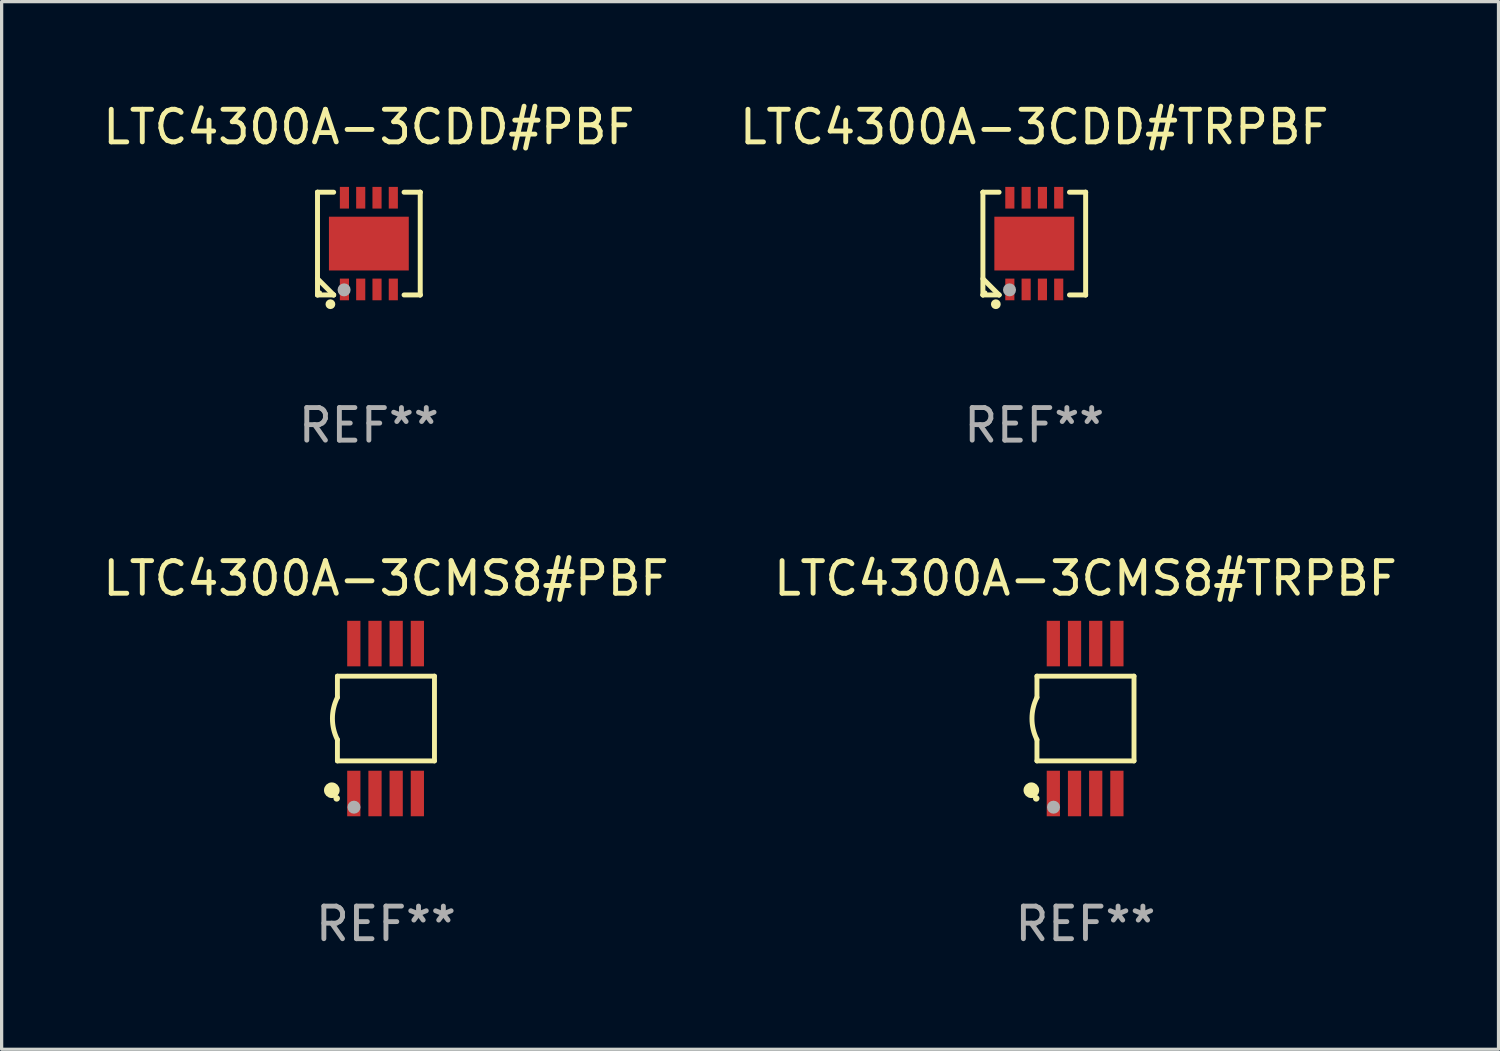
<source format=kicad_pcb>
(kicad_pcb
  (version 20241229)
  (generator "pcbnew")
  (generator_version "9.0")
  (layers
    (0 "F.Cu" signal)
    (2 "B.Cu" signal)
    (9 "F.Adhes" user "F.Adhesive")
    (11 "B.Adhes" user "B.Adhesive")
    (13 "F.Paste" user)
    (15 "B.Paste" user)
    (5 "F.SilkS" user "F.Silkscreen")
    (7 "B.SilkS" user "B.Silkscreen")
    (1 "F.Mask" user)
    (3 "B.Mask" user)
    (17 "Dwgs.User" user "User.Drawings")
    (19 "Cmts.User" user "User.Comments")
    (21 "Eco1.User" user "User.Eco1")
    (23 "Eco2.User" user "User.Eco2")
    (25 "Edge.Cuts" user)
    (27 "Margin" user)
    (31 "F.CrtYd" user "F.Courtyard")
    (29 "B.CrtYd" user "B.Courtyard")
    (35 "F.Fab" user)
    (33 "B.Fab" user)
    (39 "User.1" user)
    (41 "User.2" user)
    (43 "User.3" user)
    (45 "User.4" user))
  (footprint "LTC4300A-3CMS8#TRPBF"
    (layer "F.Cu")
    (at 30.256 18.997)
    (property "Reference" "LTC4300A-3CMS8#TRPBF" (at 0 -4.3 0) (layer "F.SilkS") (effects (font (size 1 1) (thickness 0.15))))
    (attr through_hole)
    (fp_line (start -1.489 -1.3) (end -1.489 -0.648) (stroke (width 0.15) (type solid)) (layer "F.SilkS"))
    (fp_line (start -1.489 0.648) (end -1.489 1.3) (stroke (width 0.15) (type solid)) (layer "F.SilkS"))
    (fp_line (start -1.489 1.3) (end 1.489 1.3) (stroke (width 0.15) (type solid)) (layer "F.SilkS"))
    (fp_line (start 1.489 -1.3) (end -1.489 -1.3) (stroke (width 0.15) (type solid)) (layer "F.SilkS"))
    (fp_line (start 1.489 1.3) (end 1.489 -1.3) (stroke (width 0.15) (type solid)) (layer "F.SilkS"))
    (fp_arc (start -1.489205 0.647702) (mid -1.642107 0) (end -1.489205 -0.647701) (stroke (width 0.150013) (type solid)) (layer "F.SilkS"))
    (fp_circle (center -1.661 2.2) (end -1.541 2.2) (stroke (width 0.24) (type solid)) (fill no) (layer "F.SilkS"))
    (fp_circle (center -1.511 2.45) (end -1.461 2.45) (stroke (width 0.1) (type solid)) (fill no) (layer "F.SilkS"))
    (fp_circle (center -0.981 2.72) (end -0.881 2.72) (stroke (width 0.2) (type solid)) (fill no) (layer "F.Fab"))
    (fp_text user "REF**" (at 0 6.3 0) (layer "F.Fab") (effects (font (size 1 1) (thickness 0.15))))
    (pad "1" smd rect (at -0.986 2.3) (size 0.406 1.397) (layers "F.Cu" "F.Mask" "F.Paste"))
    (pad "2" smd rect (at -0.336 2.3) (size 0.406 1.397) (layers "F.Cu" "F.Mask" "F.Paste"))
    (pad "3" smd rect (at 0.314 2.3) (size 0.406 1.397) (layers "F.Cu" "F.Mask" "F.Paste"))
    (pad "4" smd rect (at 0.964 2.3) (size 0.406 1.397) (layers "F.Cu" "F.Mask" "F.Paste"))
    (pad "5" smd rect (at 0.964 -2.3) (size 0.406 1.397) (layers "F.Cu" "F.Mask" "F.Paste"))
    (pad "6" smd rect (at 0.314 -2.3) (size 0.406 1.397) (layers "F.Cu" "F.Mask" "F.Paste"))
    (pad "7" smd rect (at -0.336 -2.3) (size 0.406 1.397) (layers "F.Cu" "F.Mask" "F.Paste"))
    (pad "8" smd rect (at -0.986 -2.3) (size 0.406 1.397) (layers "F.Cu" "F.Mask" "F.Paste")))
  (footprint "LTC4300A-3CMS8#PBF"
    (layer "F.Cu")
    (at 8.792 18.997)
    (property "Reference" "LTC4300A-3CMS8#PBF" (at 0 -4.3 0) (layer "F.SilkS") (effects (font (size 1 1) (thickness 0.15))))
    (attr through_hole)
    (fp_line (start -1.489 -1.3) (end -1.489 -0.648) (stroke (width 0.15) (type solid)) (layer "F.SilkS"))
    (fp_line (start -1.489 0.648) (end -1.489 1.3) (stroke (width 0.15) (type solid)) (layer "F.SilkS"))
    (fp_line (start -1.489 1.3) (end 1.489 1.3) (stroke (width 0.15) (type solid)) (layer "F.SilkS"))
    (fp_line (start 1.489 -1.3) (end -1.489 -1.3) (stroke (width 0.15) (type solid)) (layer "F.SilkS"))
    (fp_line (start 1.489 1.3) (end 1.489 -1.3) (stroke (width 0.15) (type solid)) (layer "F.SilkS"))
    (fp_arc (start -1.489205 0.647702) (mid -1.642107 0) (end -1.489205 -0.647701) (stroke (width 0.150013) (type solid)) (layer "F.SilkS"))
    (fp_circle (center -1.661 2.2) (end -1.541 2.2) (stroke (width 0.24) (type solid)) (fill no) (layer "F.SilkS"))
    (fp_circle (center -1.511 2.45) (end -1.461 2.45) (stroke (width 0.1) (type solid)) (fill no) (layer "F.SilkS"))
    (fp_circle (center -0.981 2.72) (end -0.881 2.72) (stroke (width 0.2) (type solid)) (fill no) (layer "F.Fab"))
    (fp_text user "REF**" (at 0 6.3 0) (layer "F.Fab") (effects (font (size 1 1) (thickness 0.15))))
    (pad "1" smd rect (at -0.986 2.3) (size 0.406 1.397) (layers "F.Cu" "F.Mask" "F.Paste"))
    (pad "2" smd rect (at -0.336 2.3) (size 0.406 1.397) (layers "F.Cu" "F.Mask" "F.Paste"))
    (pad "3" smd rect (at 0.314 2.3) (size 0.406 1.397) (layers "F.Cu" "F.Mask" "F.Paste"))
    (pad "4" smd rect (at 0.964 2.3) (size 0.406 1.397) (layers "F.Cu" "F.Mask" "F.Paste"))
    (pad "5" smd rect (at 0.964 -2.3) (size 0.406 1.397) (layers "F.Cu" "F.Mask" "F.Paste"))
    (pad "6" smd rect (at 0.314 -2.3) (size 0.406 1.397) (layers "F.Cu" "F.Mask" "F.Paste"))
    (pad "7" smd rect (at -0.336 -2.3) (size 0.406 1.397) (layers "F.Cu" "F.Mask" "F.Paste"))
    (pad "8" smd rect (at -0.986 -2.3) (size 0.406 1.397) (layers "F.Cu" "F.Mask" "F.Paste")))
  (footprint "LTC4300A-3CDD#PBF"
    (layer "F.Cu")
    (at 8.268 4.424)
    (property "Reference" "LTC4300A-3CDD#PBF" (at 0 -3.576 0) (layer "F.SilkS") (effects (font (size 1 1) (thickness 0.15))))
    (attr through_hole)
    (fp_line (start -1.576 -1.576) (end -1.576 -1.576) (stroke (width 0.152) (type solid)) (layer "F.SilkS"))
    (fp_line (start -1.576 -1.576) (end -1.08 -1.576) (stroke (width 0.152) (type solid)) (layer "F.SilkS"))
    (fp_line (start -1.576 1.576) (end -1.576 -1.576) (stroke (width 0.152) (type solid)) (layer "F.SilkS"))
    (fp_line (start -1.576 1.576) (end -1.576 1.576) (stroke (width 0.152) (type solid)) (layer "F.SilkS"))
    (fp_line (start -1.08 1.575) (end -1.576 1.079) (stroke (width 0.152) (type solid)) (layer "F.SilkS"))
    (fp_line (start -1.08 1.576) (end -1.576 1.576) (stroke (width 0.152) (type solid)) (layer "F.SilkS"))
    (fp_line (start -1.08 1.576) (end -1.08 1.575) (stroke (width 0.152) (type solid)) (layer "F.SilkS"))
    (fp_line (start 1.08 1.576) (end 1.576 1.576) (stroke (width 0.152) (type solid)) (layer "F.SilkS"))
    (fp_line (start 1.576 -1.576) (end 1.08 -1.576) (stroke (width 0.152) (type solid)) (layer "F.SilkS"))
    (fp_line (start 1.576 -1.576) (end 1.576 -1.576) (stroke (width 0.152) (type solid)) (layer "F.SilkS"))
    (fp_line (start 1.576 1.576) (end 1.576 -1.576) (stroke (width 0.152) (type solid)) (layer "F.SilkS"))
    (fp_line (start 1.576 1.576) (end 1.576 1.576) (stroke (width 0.152) (type solid)) (layer "F.SilkS"))
    (fp_circle (center -1.5 1.5) (end -1.47 1.5) (stroke (width 0.06) (type solid)) (fill no) (layer "F.SilkS"))
    (fp_circle (center -1.18 1.86) (end -1.105 1.86) (stroke (width 0.15) (type solid)) (fill no) (layer "F.SilkS"))
    (fp_circle (center -0.76 1.42) (end -0.66 1.42) (stroke (width 0.2) (type solid)) (fill no) (layer "F.Fab"))
    (fp_text user "REF**" (at 0 5.576 0) (layer "F.Fab") (effects (font (size 1 1) (thickness 0.15))))
    (pad "1" smd rect (at -0.75 1.407) (size 0.28 0.665) (layers "F.Cu" "F.Mask" "F.Paste"))
    (pad "2" smd rect (at -0.25 1.407) (size 0.28 0.665) (layers "F.Cu" "F.Mask" "F.Paste"))
    (pad "3" smd rect (at 0.25 1.407) (size 0.28 0.665) (layers "F.Cu" "F.Mask" "F.Paste"))
    (pad "4" smd rect (at 0.75 1.407) (size 0.28 0.665) (layers "F.Cu" "F.Mask" "F.Paste"))
    (pad "5" smd rect (at 0.75 -1.407) (size 0.28 0.665) (layers "F.Cu" "F.Mask" "F.Paste"))
    (pad "6" smd rect (at 0.25 -1.407) (size 0.28 0.665) (layers "F.Cu" "F.Mask" "F.Paste"))
    (pad "7" smd rect (at -0.25 -1.407) (size 0.28 0.665) (layers "F.Cu" "F.Mask" "F.Paste"))
    (pad "8" smd rect (at -0.75 -1.407) (size 0.28 0.665) (layers "F.Cu" "F.Mask" "F.Paste"))
    (pad "9" smd rect (at 0 0) (size 2.45 1.65) (layers "F.Cu" "F.Mask" "F.Paste")))
  (footprint "LTC4300A-3CDD#TRPBF"
    (layer "F.Cu")
    (at 28.685 4.424)
    (property "Reference" "LTC4300A-3CDD#TRPBF" (at 0 -3.576 0) (layer "F.SilkS") (effects (font (size 1 1) (thickness 0.15))))
    (attr through_hole)
    (fp_line (start -1.576 -1.576) (end -1.576 -1.576) (stroke (width 0.152) (type solid)) (layer "F.SilkS"))
    (fp_line (start -1.576 -1.576) (end -1.08 -1.576) (stroke (width 0.152) (type solid)) (layer "F.SilkS"))
    (fp_line (start -1.576 1.576) (end -1.576 -1.576) (stroke (width 0.152) (type solid)) (layer "F.SilkS"))
    (fp_line (start -1.576 1.576) (end -1.576 1.576) (stroke (width 0.152) (type solid)) (layer "F.SilkS"))
    (fp_line (start -1.08 1.575) (end -1.576 1.079) (stroke (width 0.152) (type solid)) (layer "F.SilkS"))
    (fp_line (start -1.08 1.576) (end -1.576 1.576) (stroke (width 0.152) (type solid)) (layer "F.SilkS"))
    (fp_line (start -1.08 1.576) (end -1.08 1.575) (stroke (width 0.152) (type solid)) (layer "F.SilkS"))
    (fp_line (start 1.08 1.576) (end 1.576 1.576) (stroke (width 0.152) (type solid)) (layer "F.SilkS"))
    (fp_line (start 1.576 -1.576) (end 1.08 -1.576) (stroke (width 0.152) (type solid)) (layer "F.SilkS"))
    (fp_line (start 1.576 -1.576) (end 1.576 -1.576) (stroke (width 0.152) (type solid)) (layer "F.SilkS"))
    (fp_line (start 1.576 1.576) (end 1.576 -1.576) (stroke (width 0.152) (type solid)) (layer "F.SilkS"))
    (fp_line (start 1.576 1.576) (end 1.576 1.576) (stroke (width 0.152) (type solid)) (layer "F.SilkS"))
    (fp_circle (center -1.5 1.5) (end -1.47 1.5) (stroke (width 0.06) (type solid)) (fill no) (layer "F.SilkS"))
    (fp_circle (center -1.18 1.86) (end -1.105 1.86) (stroke (width 0.15) (type solid)) (fill no) (layer "F.SilkS"))
    (fp_circle (center -0.76 1.42) (end -0.66 1.42) (stroke (width 0.2) (type solid)) (fill no) (layer "F.Fab"))
    (fp_text user "REF**" (at 0 5.576 0) (layer "F.Fab") (effects (font (size 1 1) (thickness 0.15))))
    (pad "1" smd rect (at -0.75 1.407) (size 0.28 0.665) (layers "F.Cu" "F.Mask" "F.Paste"))
    (pad "2" smd rect (at -0.25 1.407) (size 0.28 0.665) (layers "F.Cu" "F.Mask" "F.Paste"))
    (pad "3" smd rect (at 0.25 1.407) (size 0.28 0.665) (layers "F.Cu" "F.Mask" "F.Paste"))
    (pad "4" smd rect (at 0.75 1.407) (size 0.28 0.665) (layers "F.Cu" "F.Mask" "F.Paste"))
    (pad "5" smd rect (at 0.75 -1.407) (size 0.28 0.665) (layers "F.Cu" "F.Mask" "F.Paste"))
    (pad "6" smd rect (at 0.25 -1.407) (size 0.28 0.665) (layers "F.Cu" "F.Mask" "F.Paste"))
    (pad "7" smd rect (at -0.25 -1.407) (size 0.28 0.665) (layers "F.Cu" "F.Mask" "F.Paste"))
    (pad "8" smd rect (at -0.75 -1.407) (size 0.28 0.665) (layers "F.Cu" "F.Mask" "F.Paste"))
    (pad "9" smd rect (at 0 0) (size 2.45 1.65) (layers "F.Cu" "F.Mask" "F.Paste")))
  (gr_rect
    (start -3 -3)
    (end 42.929 29.145)
    (stroke (width 0.1) (type default))
    (fill no)
    (layer "Edge.Cuts")))
</source>
